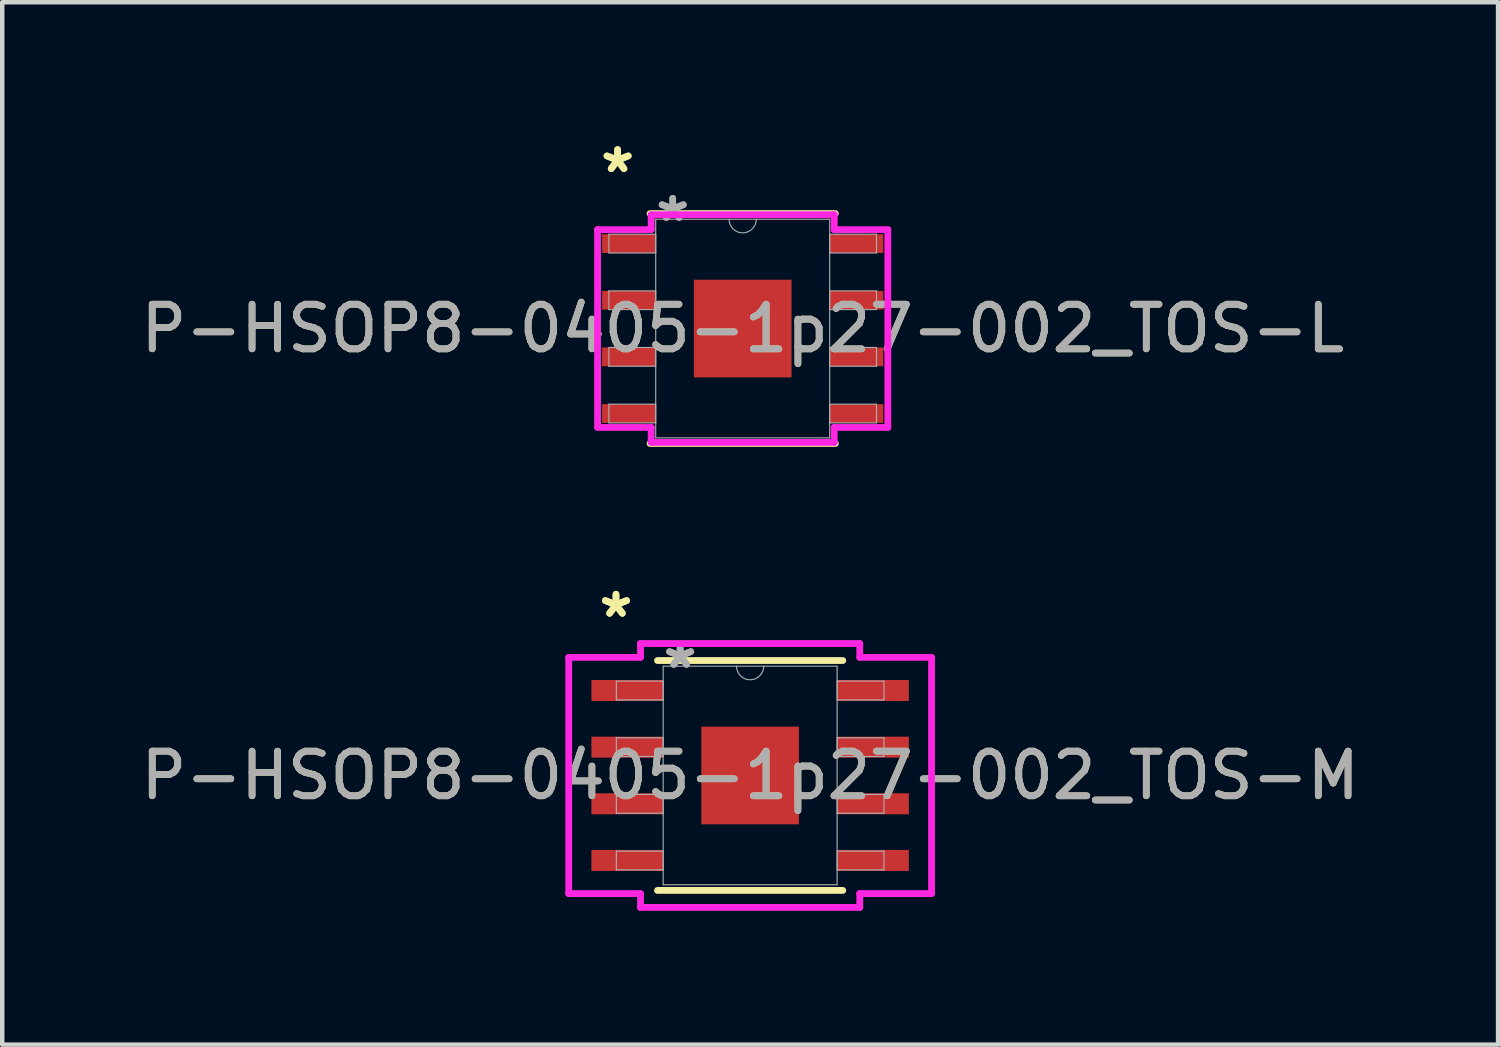
<source format=kicad_pcb>
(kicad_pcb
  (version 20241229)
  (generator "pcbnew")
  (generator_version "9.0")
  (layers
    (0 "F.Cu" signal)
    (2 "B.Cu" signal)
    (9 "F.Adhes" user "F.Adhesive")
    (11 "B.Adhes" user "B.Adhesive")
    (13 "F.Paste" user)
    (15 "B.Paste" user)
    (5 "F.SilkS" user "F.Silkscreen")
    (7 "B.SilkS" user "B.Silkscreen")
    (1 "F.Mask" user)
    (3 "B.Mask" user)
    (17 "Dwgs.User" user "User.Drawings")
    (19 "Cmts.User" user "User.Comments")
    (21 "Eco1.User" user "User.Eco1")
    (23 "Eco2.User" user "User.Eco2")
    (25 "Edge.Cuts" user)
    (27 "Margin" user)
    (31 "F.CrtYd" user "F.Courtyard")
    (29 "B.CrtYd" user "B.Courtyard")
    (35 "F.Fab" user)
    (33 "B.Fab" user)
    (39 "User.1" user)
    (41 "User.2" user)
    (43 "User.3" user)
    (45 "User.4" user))
  (footprint "P-HSOP8-0405-1p27-002_TOS-L"
    (layer "F.Cu")
    (at 13.601 4.316)
    (property "Reference" "P-HSOP8-0405-1p27-002_TOS-L" (at 0 0 0) (unlocked yes) (layer "F.SilkS") (effects (font (size 1 1) (thickness 0.15))))
    (attr smd)
    (fp_line (start -2.077 2.577) (end 2.077 2.577) (stroke (width 0.152) (type solid)) (layer "F.SilkS"))
    (fp_line (start 2.077 -2.577) (end -2.077 -2.577) (stroke (width 0.152) (type solid)) (layer "F.SilkS"))
    (fp_line (start -3.254 -2.217) (end -2.052 -2.217) (stroke (width 0.152) (type solid)) (layer "F.CrtYd"))
    (fp_line (start -3.254 2.217) (end -3.254 -2.217) (stroke (width 0.152) (type solid)) (layer "F.CrtYd"))
    (fp_line (start -3.254 2.217) (end -2.052 2.217) (stroke (width 0.152) (type solid)) (layer "F.CrtYd"))
    (fp_line (start -2.052 -2.552) (end 2.052 -2.552) (stroke (width 0.152) (type solid)) (layer "F.CrtYd"))
    (fp_line (start -2.052 -2.217) (end -2.052 -2.552) (stroke (width 0.152) (type solid)) (layer "F.CrtYd"))
    (fp_line (start -2.052 2.552) (end -2.052 2.217) (stroke (width 0.152) (type solid)) (layer "F.CrtYd"))
    (fp_line (start 2.052 -2.552) (end 2.052 -2.217) (stroke (width 0.152) (type solid)) (layer "F.CrtYd"))
    (fp_line (start 2.052 2.217) (end 2.052 2.552) (stroke (width 0.152) (type solid)) (layer "F.CrtYd"))
    (fp_line (start 2.052 2.552) (end -2.052 2.552) (stroke (width 0.152) (type solid)) (layer "F.CrtYd"))
    (fp_line (start 3.254 -2.217) (end 2.052 -2.217) (stroke (width 0.152) (type solid)) (layer "F.CrtYd"))
    (fp_line (start 3.254 -2.217) (end 3.254 2.217) (stroke (width 0.152) (type solid)) (layer "F.CrtYd"))
    (fp_line (start 3.254 2.217) (end 2.052 2.217) (stroke (width 0.152) (type solid)) (layer "F.CrtYd"))
    (fp_line (start -3 -2.115) (end -3 -1.695) (stroke (width 0.025) (type solid)) (layer "F.Fab"))
    (fp_line (start -3 -1.695) (end -1.95 -1.695) (stroke (width 0.025) (type solid)) (layer "F.Fab"))
    (fp_line (start -3 -0.845) (end -3 -0.425) (stroke (width 0.025) (type solid)) (layer "F.Fab"))
    (fp_line (start -3 -0.425) (end -1.95 -0.425) (stroke (width 0.025) (type solid)) (layer "F.Fab"))
    (fp_line (start -3 0.425) (end -3 0.845) (stroke (width 0.025) (type solid)) (layer "F.Fab"))
    (fp_line (start -3 0.845) (end -1.95 0.845) (stroke (width 0.025) (type solid)) (layer "F.Fab"))
    (fp_line (start -3 1.695) (end -3 2.115) (stroke (width 0.025) (type solid)) (layer "F.Fab"))
    (fp_line (start -3 2.115) (end -1.95 2.115) (stroke (width 0.025) (type solid)) (layer "F.Fab"))
    (fp_line (start -1.95 -2.45) (end -1.95 2.45) (stroke (width 0.025) (type solid)) (layer "F.Fab"))
    (fp_line (start -1.95 -2.115) (end -3 -2.115) (stroke (width 0.025) (type solid)) (layer "F.Fab"))
    (fp_line (start -1.95 -1.695) (end -1.95 -2.115) (stroke (width 0.025) (type solid)) (layer "F.Fab"))
    (fp_line (start -1.95 -0.845) (end -3 -0.845) (stroke (width 0.025) (type solid)) (layer "F.Fab"))
    (fp_line (start -1.95 -0.425) (end -1.95 -0.845) (stroke (width 0.025) (type solid)) (layer "F.Fab"))
    (fp_line (start -1.95 0.425) (end -3 0.425) (stroke (width 0.025) (type solid)) (layer "F.Fab"))
    (fp_line (start -1.95 0.845) (end -1.95 0.425) (stroke (width 0.025) (type solid)) (layer "F.Fab"))
    (fp_line (start -1.95 1.695) (end -3 1.695) (stroke (width 0.025) (type solid)) (layer "F.Fab"))
    (fp_line (start -1.95 2.115) (end -1.95 1.695) (stroke (width 0.025) (type solid)) (layer "F.Fab"))
    (fp_line (start -1.95 2.45) (end 1.95 2.45) (stroke (width 0.025) (type solid)) (layer "F.Fab"))
    (fp_line (start 1.95 -2.45) (end -1.95 -2.45) (stroke (width 0.025) (type solid)) (layer "F.Fab"))
    (fp_line (start 1.95 -2.115) (end 1.95 -1.695) (stroke (width 0.025) (type solid)) (layer "F.Fab"))
    (fp_line (start 1.95 -1.695) (end 3 -1.695) (stroke (width 0.025) (type solid)) (layer "F.Fab"))
    (fp_line (start 1.95 -0.845) (end 1.95 -0.425) (stroke (width 0.025) (type solid)) (layer "F.Fab"))
    (fp_line (start 1.95 -0.425) (end 3 -0.425) (stroke (width 0.025) (type solid)) (layer "F.Fab"))
    (fp_line (start 1.95 0.425) (end 1.95 0.845) (stroke (width 0.025) (type solid)) (layer "F.Fab"))
    (fp_line (start 1.95 0.845) (end 3 0.845) (stroke (width 0.025) (type solid)) (layer "F.Fab"))
    (fp_line (start 1.95 1.695) (end 1.95 2.115) (stroke (width 0.025) (type solid)) (layer "F.Fab"))
    (fp_line (start 1.95 2.115) (end 3 2.115) (stroke (width 0.025) (type solid)) (layer "F.Fab"))
    (fp_line (start 1.95 2.45) (end 1.95 -2.45) (stroke (width 0.025) (type solid)) (layer "F.Fab"))
    (fp_line (start 3 -2.115) (end 1.95 -2.115) (stroke (width 0.025) (type solid)) (layer "F.Fab"))
    (fp_line (start 3 -1.695) (end 3 -2.115) (stroke (width 0.025) (type solid)) (layer "F.Fab"))
    (fp_line (start 3 -0.845) (end 1.95 -0.845) (stroke (width 0.025) (type solid)) (layer "F.Fab"))
    (fp_line (start 3 -0.425) (end 3 -0.845) (stroke (width 0.025) (type solid)) (layer "F.Fab"))
    (fp_line (start 3 0.425) (end 1.95 0.425) (stroke (width 0.025) (type solid)) (layer "F.Fab"))
    (fp_line (start 3 0.845) (end 3 0.425) (stroke (width 0.025) (type solid)) (layer "F.Fab"))
    (fp_line (start 3 1.695) (end 1.95 1.695) (stroke (width 0.025) (type solid)) (layer "F.Fab"))
    (fp_line (start 3 2.115) (end 3 1.695) (stroke (width 0.025) (type solid)) (layer "F.Fab"))
    (fp_arc (start 0.3048 -2.45) (mid 0 -2.1452) (end -0.3048 -2.45) (stroke (width 0.0254) (type solid)) (layer "F.Fab"))
    (fp_text user "*" (at -2.805 -3.468 0) (unlocked yes) (layer "F.SilkS") (effects (font (size 1 1) (thickness 0.15))))
    (fp_text user "*" (at -2.805 -3.468 0) (layer "F.SilkS") (effects (font (size 1 1) (thickness 0.15))))
    (fp_text user "${REFERENCE}" (at 0 0 0) (unlocked yes) (layer "F.Fab") (effects (font (size 1 1) (thickness 0.15))))
    (fp_text user "*" (at -1.569 -2.374 0) (unlocked yes) (layer "F.Fab") (effects (font (size 1 1) (thickness 0.15))))
    (fp_text user "*" (at -1.569 -2.374 0) (layer "F.Fab") (effects (font (size 1 1) (thickness 0.15))))
    (pad "1" smd rect (at -2.551 -1.905) (size 1.202 0.42) (layers "F.Cu" "F.Mask" "F.Paste"))
    (pad "2" smd rect (at -2.551 -0.635) (size 1.202 0.42) (layers "F.Cu" "F.Mask" "F.Paste"))
    (pad "3" smd rect (at -2.551 0.635) (size 1.202 0.42) (layers "F.Cu" "F.Mask" "F.Paste"))
    (pad "4" smd rect (at -2.551 1.905) (size 1.202 0.42) (layers "F.Cu" "F.Mask" "F.Paste"))
    (pad "5" smd rect (at 2.551 1.905) (size 1.202 0.42) (layers "F.Cu" "F.Mask" "F.Paste"))
    (pad "6" smd rect (at 2.551 0.635) (size 1.202 0.42) (layers "F.Cu" "F.Mask" "F.Paste"))
    (pad "7" smd rect (at 2.551 -0.635) (size 1.202 0.42) (layers "F.Cu" "F.Mask" "F.Paste"))
    (pad "8" smd rect (at 2.551 -1.905) (size 1.202 0.42) (layers "F.Cu" "F.Mask" "F.Paste"))
    (pad "9" smd rect (at 0 0) (size 2.19 2.19) (layers "F.Cu" "F.Mask" "F.Paste")))
  (footprint "P-HSOP8-0405-1p27-002_TOS-M"
    (layer "F.Cu")
    (at 13.768 14.336)
    (property "Reference" "P-HSOP8-0405-1p27-002_TOS-M" (at 0 0 0) (unlocked yes) (layer "F.SilkS") (effects (font (size 1 1) (thickness 0.15))))
    (attr smd)
    (fp_line (start -2.077 2.577) (end 2.077 2.577) (stroke (width 0.152) (type solid)) (layer "F.SilkS"))
    (fp_line (start 2.077 -2.577) (end -2.077 -2.577) (stroke (width 0.152) (type solid)) (layer "F.SilkS"))
    (fp_line (start -4.067 -2.648) (end -2.458 -2.648) (stroke (width 0.152) (type solid)) (layer "F.CrtYd"))
    (fp_line (start -4.067 2.648) (end -4.067 -2.648) (stroke (width 0.152) (type solid)) (layer "F.CrtYd"))
    (fp_line (start -4.067 2.648) (end -2.458 2.648) (stroke (width 0.152) (type solid)) (layer "F.CrtYd"))
    (fp_line (start -2.458 -2.958) (end 2.458 -2.958) (stroke (width 0.152) (type solid)) (layer "F.CrtYd"))
    (fp_line (start -2.458 -2.648) (end -2.458 -2.958) (stroke (width 0.152) (type solid)) (layer "F.CrtYd"))
    (fp_line (start -2.458 2.958) (end -2.458 2.648) (stroke (width 0.152) (type solid)) (layer "F.CrtYd"))
    (fp_line (start 2.458 -2.958) (end 2.458 -2.648) (stroke (width 0.152) (type solid)) (layer "F.CrtYd"))
    (fp_line (start 2.458 2.648) (end 2.458 2.958) (stroke (width 0.152) (type solid)) (layer "F.CrtYd"))
    (fp_line (start 2.458 2.958) (end -2.458 2.958) (stroke (width 0.152) (type solid)) (layer "F.CrtYd"))
    (fp_line (start 4.067 -2.648) (end 2.458 -2.648) (stroke (width 0.152) (type solid)) (layer "F.CrtYd"))
    (fp_line (start 4.067 -2.648) (end 4.067 2.648) (stroke (width 0.152) (type solid)) (layer "F.CrtYd"))
    (fp_line (start 4.067 2.648) (end 2.458 2.648) (stroke (width 0.152) (type solid)) (layer "F.CrtYd"))
    (fp_line (start -3 -2.115) (end -3 -1.695) (stroke (width 0.025) (type solid)) (layer "F.Fab"))
    (fp_line (start -3 -1.695) (end -1.95 -1.695) (stroke (width 0.025) (type solid)) (layer "F.Fab"))
    (fp_line (start -3 -0.845) (end -3 -0.425) (stroke (width 0.025) (type solid)) (layer "F.Fab"))
    (fp_line (start -3 -0.425) (end -1.95 -0.425) (stroke (width 0.025) (type solid)) (layer "F.Fab"))
    (fp_line (start -3 0.425) (end -3 0.845) (stroke (width 0.025) (type solid)) (layer "F.Fab"))
    (fp_line (start -3 0.845) (end -1.95 0.845) (stroke (width 0.025) (type solid)) (layer "F.Fab"))
    (fp_line (start -3 1.695) (end -3 2.115) (stroke (width 0.025) (type solid)) (layer "F.Fab"))
    (fp_line (start -3 2.115) (end -1.95 2.115) (stroke (width 0.025) (type solid)) (layer "F.Fab"))
    (fp_line (start -1.95 -2.45) (end -1.95 2.45) (stroke (width 0.025) (type solid)) (layer "F.Fab"))
    (fp_line (start -1.95 -2.115) (end -3 -2.115) (stroke (width 0.025) (type solid)) (layer "F.Fab"))
    (fp_line (start -1.95 -1.695) (end -1.95 -2.115) (stroke (width 0.025) (type solid)) (layer "F.Fab"))
    (fp_line (start -1.95 -0.845) (end -3 -0.845) (stroke (width 0.025) (type solid)) (layer "F.Fab"))
    (fp_line (start -1.95 -0.425) (end -1.95 -0.845) (stroke (width 0.025) (type solid)) (layer "F.Fab"))
    (fp_line (start -1.95 0.425) (end -3 0.425) (stroke (width 0.025) (type solid)) (layer "F.Fab"))
    (fp_line (start -1.95 0.845) (end -1.95 0.425) (stroke (width 0.025) (type solid)) (layer "F.Fab"))
    (fp_line (start -1.95 1.695) (end -3 1.695) (stroke (width 0.025) (type solid)) (layer "F.Fab"))
    (fp_line (start -1.95 2.115) (end -1.95 1.695) (stroke (width 0.025) (type solid)) (layer "F.Fab"))
    (fp_line (start -1.95 2.45) (end 1.95 2.45) (stroke (width 0.025) (type solid)) (layer "F.Fab"))
    (fp_line (start 1.95 -2.45) (end -1.95 -2.45) (stroke (width 0.025) (type solid)) (layer "F.Fab"))
    (fp_line (start 1.95 -2.115) (end 1.95 -1.695) (stroke (width 0.025) (type solid)) (layer "F.Fab"))
    (fp_line (start 1.95 -1.695) (end 3 -1.695) (stroke (width 0.025) (type solid)) (layer "F.Fab"))
    (fp_line (start 1.95 -0.845) (end 1.95 -0.425) (stroke (width 0.025) (type solid)) (layer "F.Fab"))
    (fp_line (start 1.95 -0.425) (end 3 -0.425) (stroke (width 0.025) (type solid)) (layer "F.Fab"))
    (fp_line (start 1.95 0.425) (end 1.95 0.845) (stroke (width 0.025) (type solid)) (layer "F.Fab"))
    (fp_line (start 1.95 0.845) (end 3 0.845) (stroke (width 0.025) (type solid)) (layer "F.Fab"))
    (fp_line (start 1.95 1.695) (end 1.95 2.115) (stroke (width 0.025) (type solid)) (layer "F.Fab"))
    (fp_line (start 1.95 2.115) (end 3 2.115) (stroke (width 0.025) (type solid)) (layer "F.Fab"))
    (fp_line (start 1.95 2.45) (end 1.95 -2.45) (stroke (width 0.025) (type solid)) (layer "F.Fab"))
    (fp_line (start 3 -2.115) (end 1.95 -2.115) (stroke (width 0.025) (type solid)) (layer "F.Fab"))
    (fp_line (start 3 -1.695) (end 3 -2.115) (stroke (width 0.025) (type solid)) (layer "F.Fab"))
    (fp_line (start 3 -0.845) (end 1.95 -0.845) (stroke (width 0.025) (type solid)) (layer "F.Fab"))
    (fp_line (start 3 -0.425) (end 3 -0.845) (stroke (width 0.025) (type solid)) (layer "F.Fab"))
    (fp_line (start 3 0.425) (end 1.95 0.425) (stroke (width 0.025) (type solid)) (layer "F.Fab"))
    (fp_line (start 3 0.845) (end 3 0.425) (stroke (width 0.025) (type solid)) (layer "F.Fab"))
    (fp_line (start 3 1.695) (end 1.95 1.695) (stroke (width 0.025) (type solid)) (layer "F.Fab"))
    (fp_line (start 3 2.115) (end 3 1.695) (stroke (width 0.025) (type solid)) (layer "F.Fab"))
    (fp_arc (start 0.3048 -2.45) (mid 0 -2.1452) (end -0.3048 -2.45) (stroke (width 0.0254) (type solid)) (layer "F.Fab"))
    (fp_text user "*" (at -3.008 -3.519 0) (layer "F.SilkS") (effects (font (size 1 1) (thickness 0.15))))
    (fp_text user "*" (at -3.008 -3.519 0) (unlocked yes) (layer "F.SilkS") (effects (font (size 1 1) (thickness 0.15))))
    (fp_text user "${REFERENCE}" (at 0 0 0) (unlocked yes) (layer "F.Fab") (effects (font (size 1 1) (thickness 0.15))))
    (fp_text user "*" (at -1.569 -2.374 0) (unlocked yes) (layer "F.Fab") (effects (font (size 1 1) (thickness 0.15))))
    (fp_text user "*" (at -1.569 -2.374 0) (layer "F.Fab") (effects (font (size 1 1) (thickness 0.15))))
    (pad "1" smd rect (at -2.754 -1.905) (size 1.609 0.471) (layers "F.Cu" "F.Mask" "F.Paste"))
    (pad "2" smd rect (at -2.754 -0.635) (size 1.609 0.471) (layers "F.Cu" "F.Mask" "F.Paste"))
    (pad "3" smd rect (at -2.754 0.635) (size 1.609 0.471) (layers "F.Cu" "F.Mask" "F.Paste"))
    (pad "4" smd rect (at -2.754 1.905) (size 1.609 0.471) (layers "F.Cu" "F.Mask" "F.Paste"))
    (pad "5" smd rect (at 2.754 1.905) (size 1.609 0.471) (layers "F.Cu" "F.Mask" "F.Paste"))
    (pad "6" smd rect (at 2.754 0.635) (size 1.609 0.471) (layers "F.Cu" "F.Mask" "F.Paste"))
    (pad "7" smd rect (at 2.754 -0.635) (size 1.609 0.471) (layers "F.Cu" "F.Mask" "F.Paste"))
    (pad "8" smd rect (at 2.754 -1.905) (size 1.609 0.471) (layers "F.Cu" "F.Mask" "F.Paste"))
    (pad "9" smd rect (at 0 0) (size 2.19 2.19) (layers "F.Cu" "F.Mask" "F.Paste")))
  (gr_rect
    (start -3 -3)
    (end 30.536 20.371)
    (stroke (width 0.1) (type default))
    (fill no)
    (layer "Edge.Cuts")))
</source>
